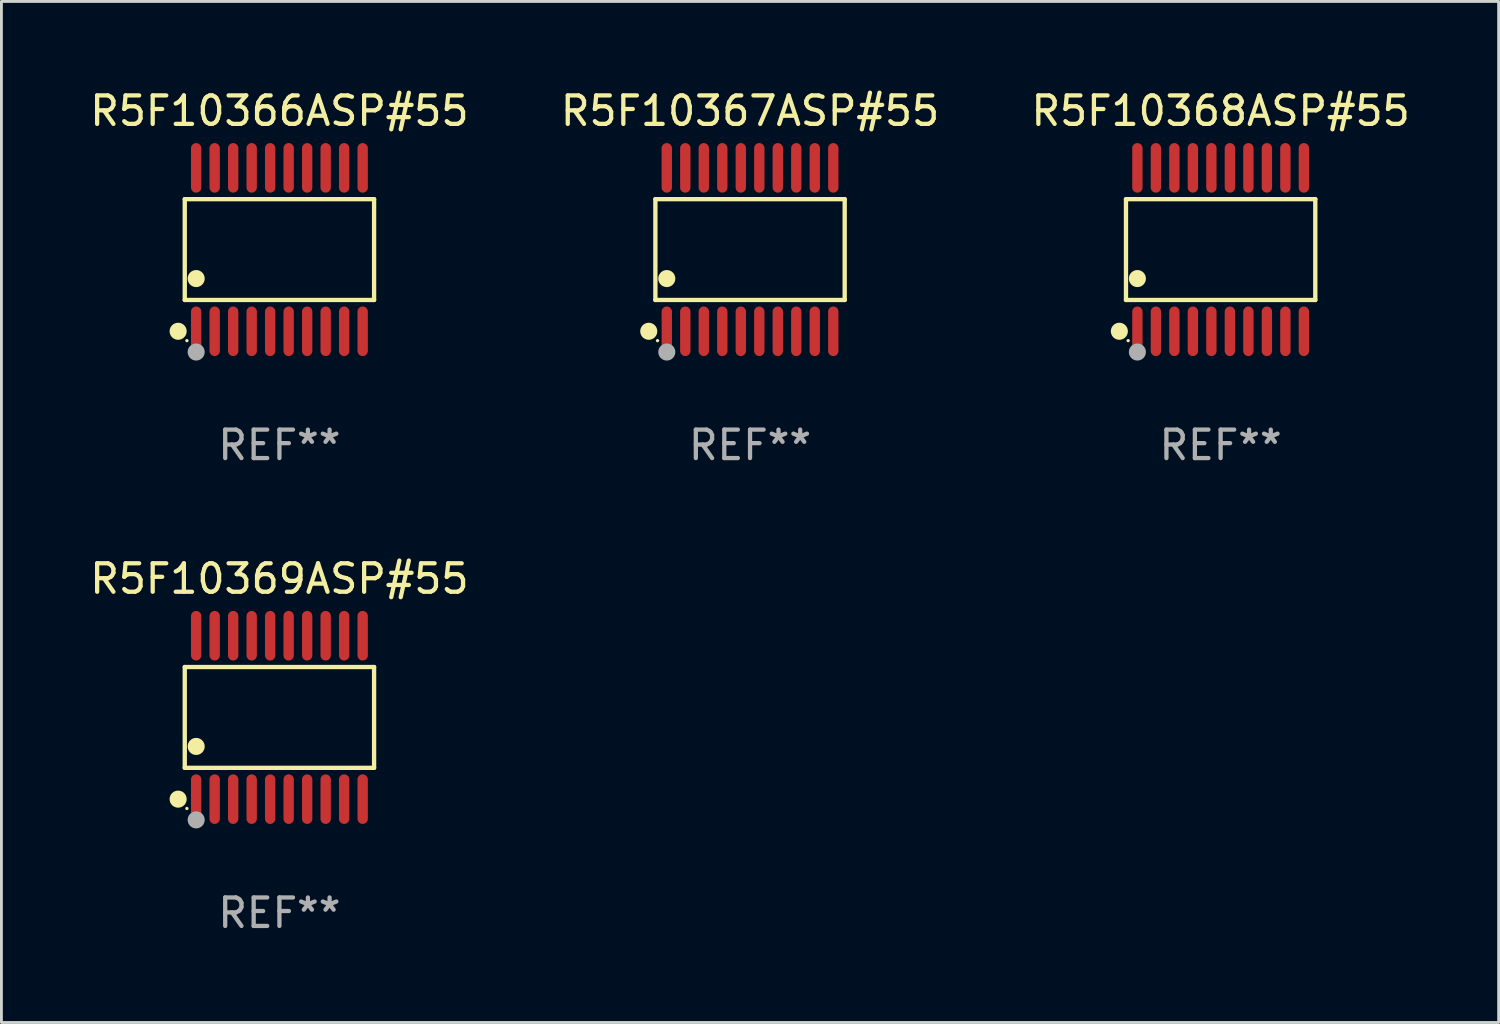
<source format=kicad_pcb>
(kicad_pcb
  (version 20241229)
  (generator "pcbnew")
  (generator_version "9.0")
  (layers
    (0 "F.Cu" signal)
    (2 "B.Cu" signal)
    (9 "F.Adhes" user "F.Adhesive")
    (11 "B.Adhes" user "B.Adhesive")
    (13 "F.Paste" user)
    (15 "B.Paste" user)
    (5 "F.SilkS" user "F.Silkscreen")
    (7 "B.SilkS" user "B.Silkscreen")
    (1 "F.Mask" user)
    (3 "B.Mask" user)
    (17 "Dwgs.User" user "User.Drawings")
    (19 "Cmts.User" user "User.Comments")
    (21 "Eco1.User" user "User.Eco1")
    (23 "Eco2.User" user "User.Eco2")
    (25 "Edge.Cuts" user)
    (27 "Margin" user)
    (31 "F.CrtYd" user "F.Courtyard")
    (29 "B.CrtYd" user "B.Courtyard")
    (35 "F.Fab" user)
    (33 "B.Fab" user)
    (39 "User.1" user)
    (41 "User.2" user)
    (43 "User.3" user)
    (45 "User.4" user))
  (footprint "R5F10367ASP#55"
    (layer "F.Cu")
    (at 23.304 5.719)
    (property "Reference" "R5F10367ASP#55" (at 0 -4.871 0) (layer "F.SilkS") (effects (font (size 1 1) (thickness 0.15))))
    (attr through_hole)
    (fp_line (start -3.326 -1.771) (end 3.326 -1.771) (stroke (width 0.152) (type solid)) (layer "F.SilkS"))
    (fp_line (start -3.326 1.771) (end -3.326 -1.771) (stroke (width 0.152) (type solid)) (layer "F.SilkS"))
    (fp_line (start 3.326 -1.771) (end 3.326 1.771) (stroke (width 0.152) (type solid)) (layer "F.SilkS"))
    (fp_line (start 3.326 1.771) (end -3.326 1.771) (stroke (width 0.152) (type solid)) (layer "F.SilkS"))
    (fp_circle (center -3.559 2.871) (end -3.409 2.871) (stroke (width 0.3) (type solid)) (fill no) (layer "F.SilkS"))
    (fp_circle (center -3.25 3.2) (end -3.22 3.2) (stroke (width 0.06) (type solid)) (fill no) (layer "F.SilkS"))
    (fp_circle (center -2.925 1.019) (end -2.775 1.019) (stroke (width 0.3) (type solid)) (fill no) (layer "F.SilkS"))
    (fp_circle (center -2.925 3.6) (end -2.775 3.6) (stroke (width 0.3) (type solid)) (fill no) (layer "F.Fab"))
    (fp_text user "REF**" (at 0 6.871 0) (layer "F.Fab") (effects (font (size 1 1) (thickness 0.15))))
    (pad "1" smd oval (at -2.925 2.871) (size 0.364 1.742) (layers "F.Cu" "F.Mask" "F.Paste"))
    (pad "2" smd oval (at -2.275 2.871) (size 0.364 1.742) (layers "F.Cu" "F.Mask" "F.Paste"))
    (pad "3" smd oval (at -1.625 2.871) (size 0.364 1.742) (layers "F.Cu" "F.Mask" "F.Paste"))
    (pad "4" smd oval (at -0.975 2.871) (size 0.364 1.742) (layers "F.Cu" "F.Mask" "F.Paste"))
    (pad "5" smd oval (at -0.325 2.871) (size 0.364 1.742) (layers "F.Cu" "F.Mask" "F.Paste"))
    (pad "6" smd oval (at 0.325 2.871) (size 0.364 1.742) (layers "F.Cu" "F.Mask" "F.Paste"))
    (pad "7" smd oval (at 0.975 2.871) (size 0.364 1.742) (layers "F.Cu" "F.Mask" "F.Paste"))
    (pad "8" smd oval (at 1.625 2.871) (size 0.364 1.742) (layers "F.Cu" "F.Mask" "F.Paste"))
    (pad "9" smd oval (at 2.275 2.871) (size 0.364 1.742) (layers "F.Cu" "F.Mask" "F.Paste"))
    (pad "10" smd oval (at 2.925 2.871) (size 0.364 1.742) (layers "F.Cu" "F.Mask" "F.Paste"))
    (pad "11" smd oval (at 2.925 -2.871) (size 0.364 1.742) (layers "F.Cu" "F.Mask" "F.Paste"))
    (pad "12" smd oval (at 2.275 -2.871) (size 0.364 1.742) (layers "F.Cu" "F.Mask" "F.Paste"))
    (pad "13" smd oval (at 1.625 -2.871) (size 0.364 1.742) (layers "F.Cu" "F.Mask" "F.Paste"))
    (pad "14" smd oval (at 0.975 -2.871) (size 0.364 1.742) (layers "F.Cu" "F.Mask" "F.Paste"))
    (pad "15" smd oval (at 0.325 -2.871) (size 0.364 1.742) (layers "F.Cu" "F.Mask" "F.Paste"))
    (pad "16" smd oval (at -0.325 -2.871) (size 0.364 1.742) (layers "F.Cu" "F.Mask" "F.Paste"))
    (pad "17" smd oval (at -0.975 -2.871) (size 0.364 1.742) (layers "F.Cu" "F.Mask" "F.Paste"))
    (pad "18" smd oval (at -1.625 -2.871) (size 0.364 1.742) (layers "F.Cu" "F.Mask" "F.Paste"))
    (pad "19" smd oval (at -2.275 -2.871) (size 0.364 1.742) (layers "F.Cu" "F.Mask" "F.Paste"))
    (pad "20" smd oval (at -2.925 -2.871) (size 0.364 1.742) (layers "F.Cu" "F.Mask" "F.Paste")))
  (footprint "R5F10369ASP#55"
    (layer "F.Cu")
    (at 6.768 22.158)
    (property "Reference" "R5F10369ASP#55" (at 0 -4.871 0) (layer "F.SilkS") (effects (font (size 1 1) (thickness 0.15))))
    (attr through_hole)
    (fp_line (start -3.326 -1.771) (end 3.326 -1.771) (stroke (width 0.152) (type solid)) (layer "F.SilkS"))
    (fp_line (start -3.326 1.771) (end -3.326 -1.771) (stroke (width 0.152) (type solid)) (layer "F.SilkS"))
    (fp_line (start 3.326 -1.771) (end 3.326 1.771) (stroke (width 0.152) (type solid)) (layer "F.SilkS"))
    (fp_line (start 3.326 1.771) (end -3.326 1.771) (stroke (width 0.152) (type solid)) (layer "F.SilkS"))
    (fp_circle (center -3.559 2.871) (end -3.409 2.871) (stroke (width 0.3) (type solid)) (fill no) (layer "F.SilkS"))
    (fp_circle (center -3.25 3.2) (end -3.22 3.2) (stroke (width 0.06) (type solid)) (fill no) (layer "F.SilkS"))
    (fp_circle (center -2.925 1.019) (end -2.775 1.019) (stroke (width 0.3) (type solid)) (fill no) (layer "F.SilkS"))
    (fp_circle (center -2.925 3.6) (end -2.775 3.6) (stroke (width 0.3) (type solid)) (fill no) (layer "F.Fab"))
    (fp_text user "REF**" (at 0 6.871 0) (layer "F.Fab") (effects (font (size 1 1) (thickness 0.15))))
    (pad "1" smd oval (at -2.925 2.871) (size 0.364 1.742) (layers "F.Cu" "F.Mask" "F.Paste"))
    (pad "2" smd oval (at -2.275 2.871) (size 0.364 1.742) (layers "F.Cu" "F.Mask" "F.Paste"))
    (pad "3" smd oval (at -1.625 2.871) (size 0.364 1.742) (layers "F.Cu" "F.Mask" "F.Paste"))
    (pad "4" smd oval (at -0.975 2.871) (size 0.364 1.742) (layers "F.Cu" "F.Mask" "F.Paste"))
    (pad "5" smd oval (at -0.325 2.871) (size 0.364 1.742) (layers "F.Cu" "F.Mask" "F.Paste"))
    (pad "6" smd oval (at 0.325 2.871) (size 0.364 1.742) (layers "F.Cu" "F.Mask" "F.Paste"))
    (pad "7" smd oval (at 0.975 2.871) (size 0.364 1.742) (layers "F.Cu" "F.Mask" "F.Paste"))
    (pad "8" smd oval (at 1.625 2.871) (size 0.364 1.742) (layers "F.Cu" "F.Mask" "F.Paste"))
    (pad "9" smd oval (at 2.275 2.871) (size 0.364 1.742) (layers "F.Cu" "F.Mask" "F.Paste"))
    (pad "10" smd oval (at 2.925 2.871) (size 0.364 1.742) (layers "F.Cu" "F.Mask" "F.Paste"))
    (pad "11" smd oval (at 2.925 -2.871) (size 0.364 1.742) (layers "F.Cu" "F.Mask" "F.Paste"))
    (pad "12" smd oval (at 2.275 -2.871) (size 0.364 1.742) (layers "F.Cu" "F.Mask" "F.Paste"))
    (pad "13" smd oval (at 1.625 -2.871) (size 0.364 1.742) (layers "F.Cu" "F.Mask" "F.Paste"))
    (pad "14" smd oval (at 0.975 -2.871) (size 0.364 1.742) (layers "F.Cu" "F.Mask" "F.Paste"))
    (pad "15" smd oval (at 0.325 -2.871) (size 0.364 1.742) (layers "F.Cu" "F.Mask" "F.Paste"))
    (pad "16" smd oval (at -0.325 -2.871) (size 0.364 1.742) (layers "F.Cu" "F.Mask" "F.Paste"))
    (pad "17" smd oval (at -0.975 -2.871) (size 0.364 1.742) (layers "F.Cu" "F.Mask" "F.Paste"))
    (pad "18" smd oval (at -1.625 -2.871) (size 0.364 1.742) (layers "F.Cu" "F.Mask" "F.Paste"))
    (pad "19" smd oval (at -2.275 -2.871) (size 0.364 1.742) (layers "F.Cu" "F.Mask" "F.Paste"))
    (pad "20" smd oval (at -2.925 -2.871) (size 0.364 1.742) (layers "F.Cu" "F.Mask" "F.Paste")))
  (footprint "R5F10366ASP#55"
    (layer "F.Cu")
    (at 6.768 5.719)
    (property "Reference" "R5F10366ASP#55" (at 0 -4.871 0) (layer "F.SilkS") (effects (font (size 1 1) (thickness 0.15))))
    (attr through_hole)
    (fp_line (start -3.326 -1.771) (end 3.326 -1.771) (stroke (width 0.152) (type solid)) (layer "F.SilkS"))
    (fp_line (start -3.326 1.771) (end -3.326 -1.771) (stroke (width 0.152) (type solid)) (layer "F.SilkS"))
    (fp_line (start 3.326 -1.771) (end 3.326 1.771) (stroke (width 0.152) (type solid)) (layer "F.SilkS"))
    (fp_line (start 3.326 1.771) (end -3.326 1.771) (stroke (width 0.152) (type solid)) (layer "F.SilkS"))
    (fp_circle (center -3.559 2.871) (end -3.409 2.871) (stroke (width 0.3) (type solid)) (fill no) (layer "F.SilkS"))
    (fp_circle (center -3.25 3.2) (end -3.22 3.2) (stroke (width 0.06) (type solid)) (fill no) (layer "F.SilkS"))
    (fp_circle (center -2.925 1.019) (end -2.775 1.019) (stroke (width 0.3) (type solid)) (fill no) (layer "F.SilkS"))
    (fp_circle (center -2.925 3.6) (end -2.775 3.6) (stroke (width 0.3) (type solid)) (fill no) (layer "F.Fab"))
    (fp_text user "REF**" (at 0 6.871 0) (layer "F.Fab") (effects (font (size 1 1) (thickness 0.15))))
    (pad "1" smd oval (at -2.925 2.871) (size 0.364 1.742) (layers "F.Cu" "F.Mask" "F.Paste"))
    (pad "2" smd oval (at -2.275 2.871) (size 0.364 1.742) (layers "F.Cu" "F.Mask" "F.Paste"))
    (pad "3" smd oval (at -1.625 2.871) (size 0.364 1.742) (layers "F.Cu" "F.Mask" "F.Paste"))
    (pad "4" smd oval (at -0.975 2.871) (size 0.364 1.742) (layers "F.Cu" "F.Mask" "F.Paste"))
    (pad "5" smd oval (at -0.325 2.871) (size 0.364 1.742) (layers "F.Cu" "F.Mask" "F.Paste"))
    (pad "6" smd oval (at 0.325 2.871) (size 0.364 1.742) (layers "F.Cu" "F.Mask" "F.Paste"))
    (pad "7" smd oval (at 0.975 2.871) (size 0.364 1.742) (layers "F.Cu" "F.Mask" "F.Paste"))
    (pad "8" smd oval (at 1.625 2.871) (size 0.364 1.742) (layers "F.Cu" "F.Mask" "F.Paste"))
    (pad "9" smd oval (at 2.275 2.871) (size 0.364 1.742) (layers "F.Cu" "F.Mask" "F.Paste"))
    (pad "10" smd oval (at 2.925 2.871) (size 0.364 1.742) (layers "F.Cu" "F.Mask" "F.Paste"))
    (pad "11" smd oval (at 2.925 -2.871) (size 0.364 1.742) (layers "F.Cu" "F.Mask" "F.Paste"))
    (pad "12" smd oval (at 2.275 -2.871) (size 0.364 1.742) (layers "F.Cu" "F.Mask" "F.Paste"))
    (pad "13" smd oval (at 1.625 -2.871) (size 0.364 1.742) (layers "F.Cu" "F.Mask" "F.Paste"))
    (pad "14" smd oval (at 0.975 -2.871) (size 0.364 1.742) (layers "F.Cu" "F.Mask" "F.Paste"))
    (pad "15" smd oval (at 0.325 -2.871) (size 0.364 1.742) (layers "F.Cu" "F.Mask" "F.Paste"))
    (pad "16" smd oval (at -0.325 -2.871) (size 0.364 1.742) (layers "F.Cu" "F.Mask" "F.Paste"))
    (pad "17" smd oval (at -0.975 -2.871) (size 0.364 1.742) (layers "F.Cu" "F.Mask" "F.Paste"))
    (pad "18" smd oval (at -1.625 -2.871) (size 0.364 1.742) (layers "F.Cu" "F.Mask" "F.Paste"))
    (pad "19" smd oval (at -2.275 -2.871) (size 0.364 1.742) (layers "F.Cu" "F.Mask" "F.Paste"))
    (pad "20" smd oval (at -2.925 -2.871) (size 0.364 1.742) (layers "F.Cu" "F.Mask" "F.Paste")))
  (footprint "R5F10368ASP#55"
    (layer "F.Cu")
    (at 39.839 5.719)
    (property "Reference" "R5F10368ASP#55" (at 0 -4.871 0) (layer "F.SilkS") (effects (font (size 1 1) (thickness 0.15))))
    (attr through_hole)
    (fp_line (start -3.326 -1.771) (end 3.326 -1.771) (stroke (width 0.152) (type solid)) (layer "F.SilkS"))
    (fp_line (start -3.326 1.771) (end -3.326 -1.771) (stroke (width 0.152) (type solid)) (layer "F.SilkS"))
    (fp_line (start 3.326 -1.771) (end 3.326 1.771) (stroke (width 0.152) (type solid)) (layer "F.SilkS"))
    (fp_line (start 3.326 1.771) (end -3.326 1.771) (stroke (width 0.152) (type solid)) (layer "F.SilkS"))
    (fp_circle (center -3.559 2.871) (end -3.409 2.871) (stroke (width 0.3) (type solid)) (fill no) (layer "F.SilkS"))
    (fp_circle (center -3.25 3.2) (end -3.22 3.2) (stroke (width 0.06) (type solid)) (fill no) (layer "F.SilkS"))
    (fp_circle (center -2.925 1.019) (end -2.775 1.019) (stroke (width 0.3) (type solid)) (fill no) (layer "F.SilkS"))
    (fp_circle (center -2.925 3.6) (end -2.775 3.6) (stroke (width 0.3) (type solid)) (fill no) (layer "F.Fab"))
    (fp_text user "REF**" (at 0 6.871 0) (layer "F.Fab") (effects (font (size 1 1) (thickness 0.15))))
    (pad "1" smd oval (at -2.925 2.871) (size 0.364 1.742) (layers "F.Cu" "F.Mask" "F.Paste"))
    (pad "2" smd oval (at -2.275 2.871) (size 0.364 1.742) (layers "F.Cu" "F.Mask" "F.Paste"))
    (pad "3" smd oval (at -1.625 2.871) (size 0.364 1.742) (layers "F.Cu" "F.Mask" "F.Paste"))
    (pad "4" smd oval (at -0.975 2.871) (size 0.364 1.742) (layers "F.Cu" "F.Mask" "F.Paste"))
    (pad "5" smd oval (at -0.325 2.871) (size 0.364 1.742) (layers "F.Cu" "F.Mask" "F.Paste"))
    (pad "6" smd oval (at 0.325 2.871) (size 0.364 1.742) (layers "F.Cu" "F.Mask" "F.Paste"))
    (pad "7" smd oval (at 0.975 2.871) (size 0.364 1.742) (layers "F.Cu" "F.Mask" "F.Paste"))
    (pad "8" smd oval (at 1.625 2.871) (size 0.364 1.742) (layers "F.Cu" "F.Mask" "F.Paste"))
    (pad "9" smd oval (at 2.275 2.871) (size 0.364 1.742) (layers "F.Cu" "F.Mask" "F.Paste"))
    (pad "10" smd oval (at 2.925 2.871) (size 0.364 1.742) (layers "F.Cu" "F.Mask" "F.Paste"))
    (pad "11" smd oval (at 2.925 -2.871) (size 0.364 1.742) (layers "F.Cu" "F.Mask" "F.Paste"))
    (pad "12" smd oval (at 2.275 -2.871) (size 0.364 1.742) (layers "F.Cu" "F.Mask" "F.Paste"))
    (pad "13" smd oval (at 1.625 -2.871) (size 0.364 1.742) (layers "F.Cu" "F.Mask" "F.Paste"))
    (pad "14" smd oval (at 0.975 -2.871) (size 0.364 1.742) (layers "F.Cu" "F.Mask" "F.Paste"))
    (pad "15" smd oval (at 0.325 -2.871) (size 0.364 1.742) (layers "F.Cu" "F.Mask" "F.Paste"))
    (pad "16" smd oval (at -0.325 -2.871) (size 0.364 1.742) (layers "F.Cu" "F.Mask" "F.Paste"))
    (pad "17" smd oval (at -0.975 -2.871) (size 0.364 1.742) (layers "F.Cu" "F.Mask" "F.Paste"))
    (pad "18" smd oval (at -1.625 -2.871) (size 0.364 1.742) (layers "F.Cu" "F.Mask" "F.Paste"))
    (pad "19" smd oval (at -2.275 -2.871) (size 0.364 1.742) (layers "F.Cu" "F.Mask" "F.Paste"))
    (pad "20" smd oval (at -2.925 -2.871) (size 0.364 1.742) (layers "F.Cu" "F.Mask" "F.Paste")))
  (gr_rect
    (start -3 -3)
    (end 49.607 32.877)
    (stroke (width 0.1) (type default))
    (fill no)
    (layer "Edge.Cuts")))
</source>
